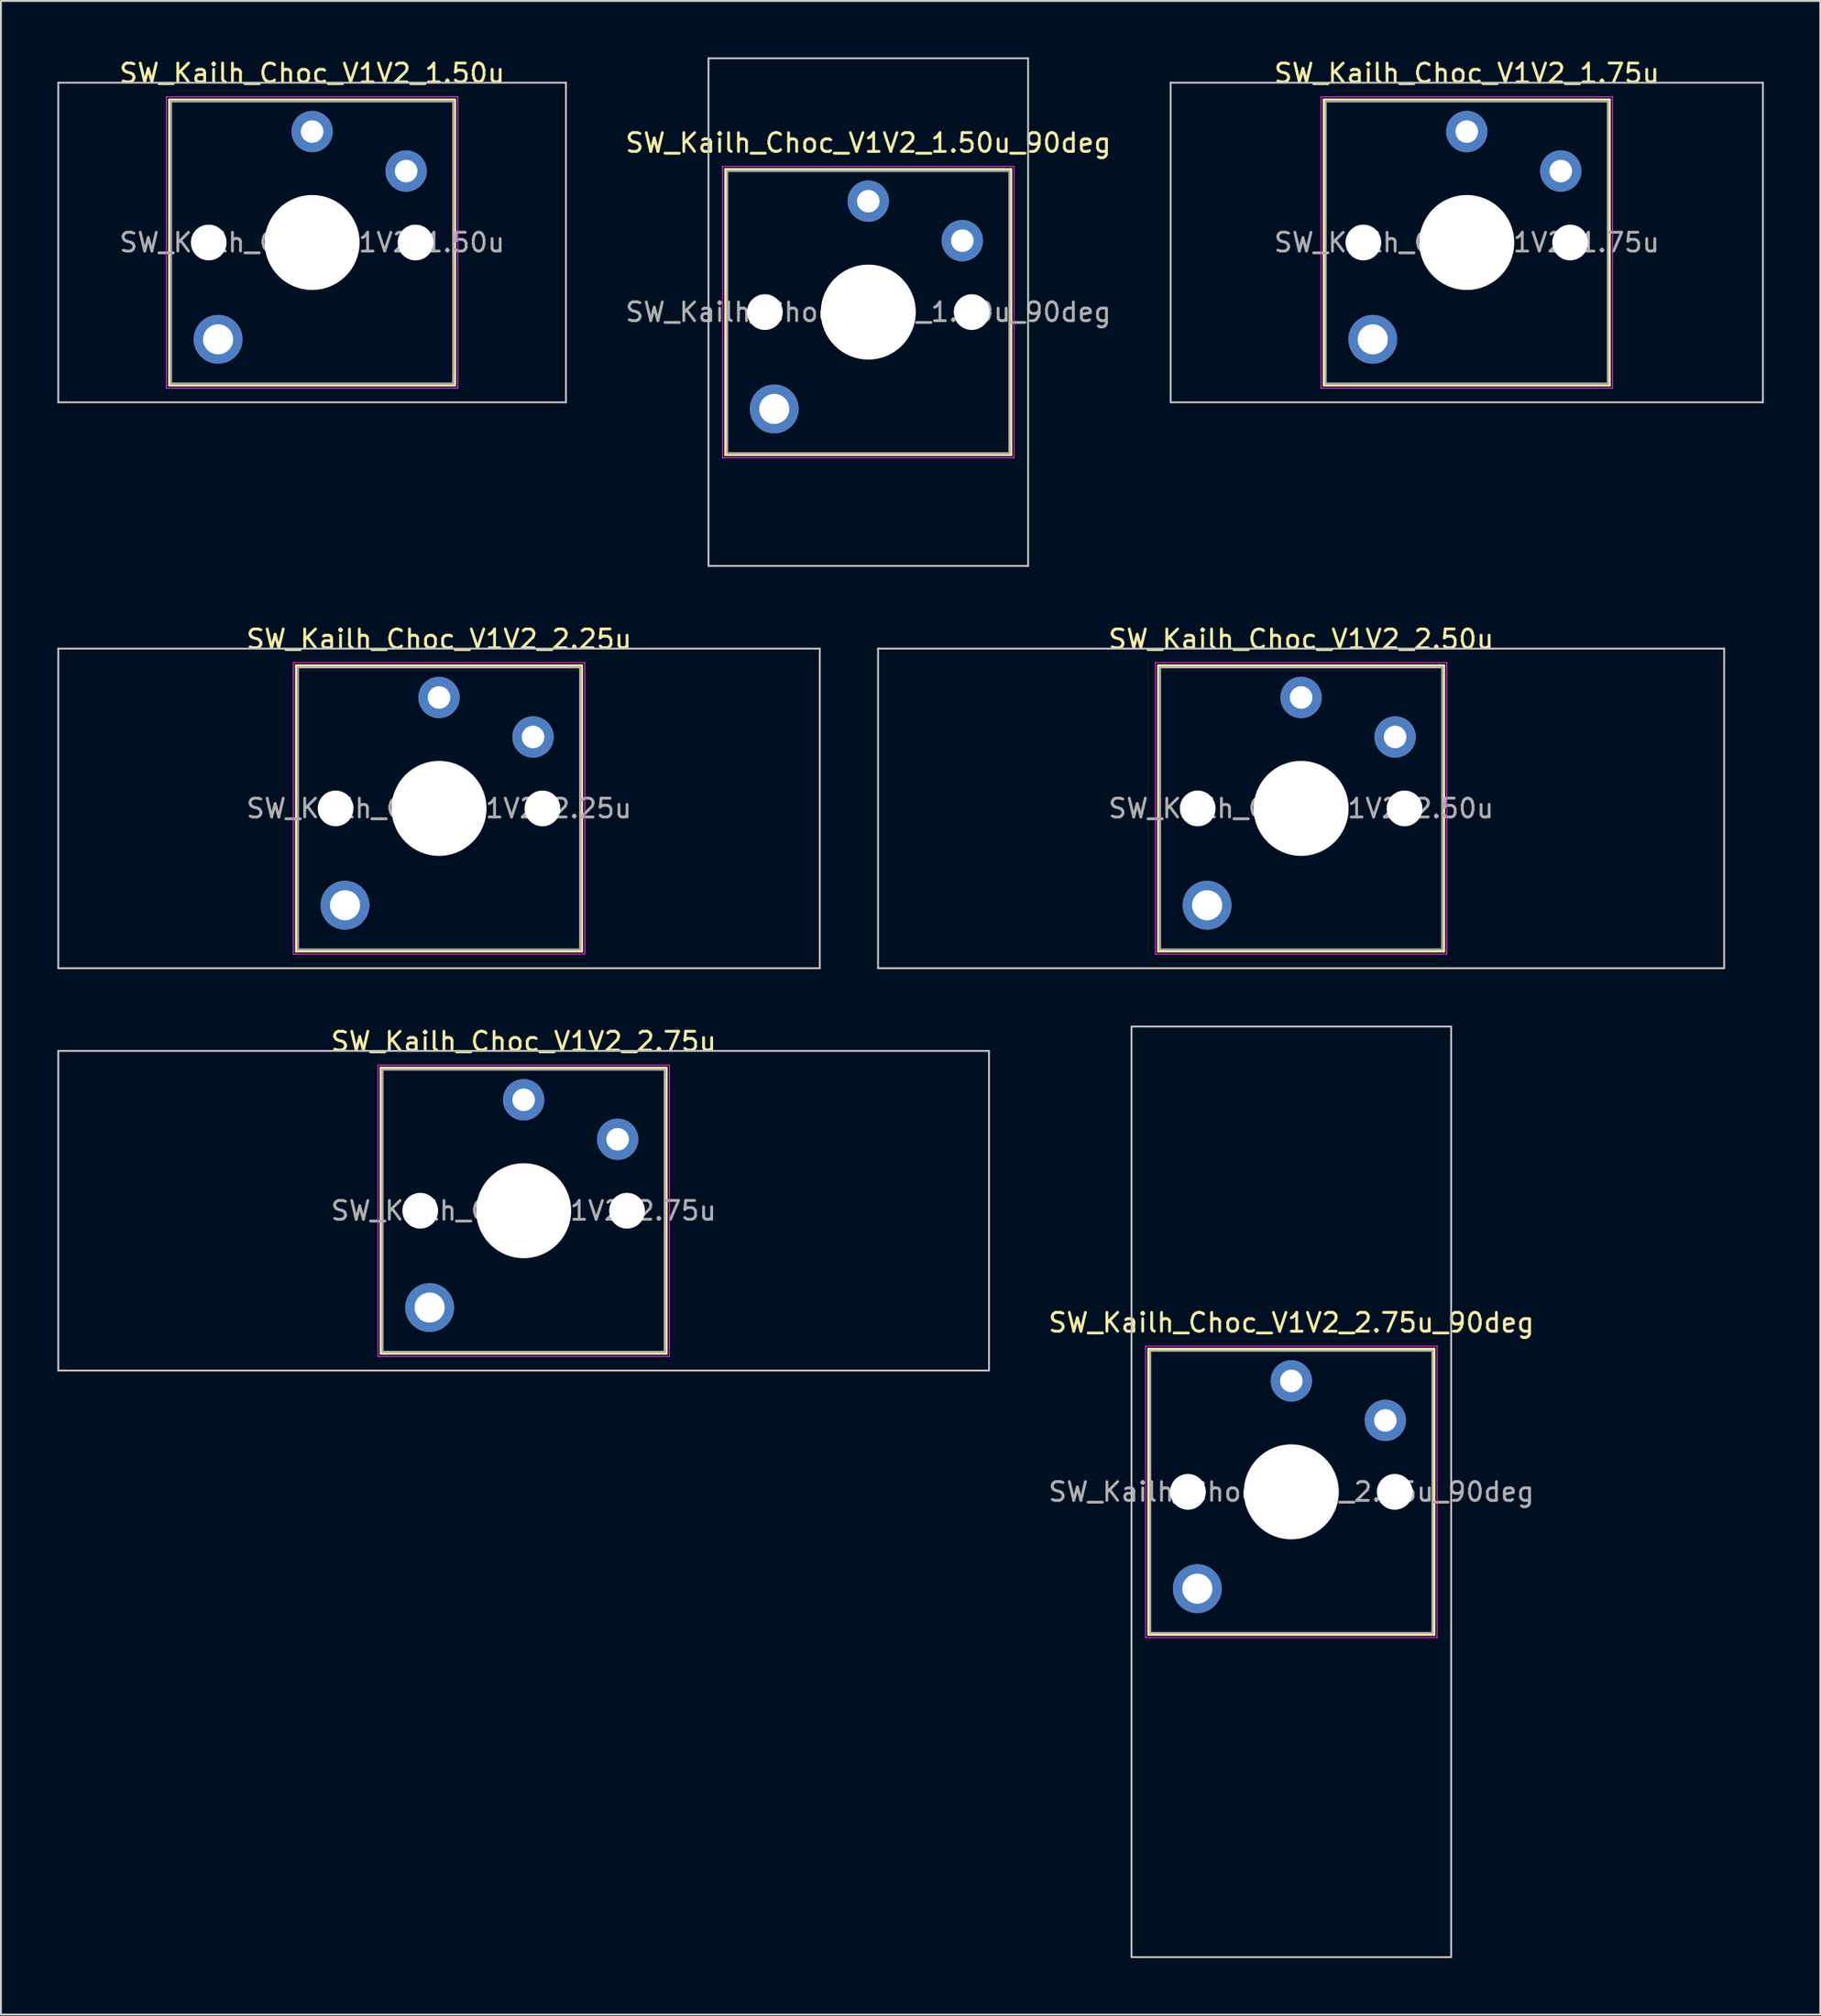
<source format=kicad_pcb>
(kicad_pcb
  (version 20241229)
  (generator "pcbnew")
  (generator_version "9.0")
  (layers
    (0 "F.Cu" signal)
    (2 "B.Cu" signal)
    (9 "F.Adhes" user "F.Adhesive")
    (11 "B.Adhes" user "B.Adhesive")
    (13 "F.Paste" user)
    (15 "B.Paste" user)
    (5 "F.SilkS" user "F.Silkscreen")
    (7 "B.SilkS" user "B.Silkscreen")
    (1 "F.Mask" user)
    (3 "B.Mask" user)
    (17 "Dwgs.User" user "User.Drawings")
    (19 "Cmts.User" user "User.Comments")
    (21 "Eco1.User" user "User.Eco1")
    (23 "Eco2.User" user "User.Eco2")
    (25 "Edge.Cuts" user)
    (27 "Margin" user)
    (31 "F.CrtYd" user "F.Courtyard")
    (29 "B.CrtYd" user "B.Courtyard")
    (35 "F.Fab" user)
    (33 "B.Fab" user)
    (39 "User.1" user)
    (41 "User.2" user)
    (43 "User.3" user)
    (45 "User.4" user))
  (footprint "SW_Kailh_Choc_V1V2_2.75u"
    (layer "F.Cu")
    (at 24.8 61.346)
    (property "Reference" "SW_Kailh_Choc_V1V2_2.75u" (at 0 -9 0) (layer "F.SilkS") (effects (font (size 1 1) (thickness 0.15))))
    (attr through_hole)
    (fp_line (start -7.6 -7.6) (end -7.6 7.6) (stroke (width 0.12) (type solid)) (layer "F.SilkS"))
    (fp_line (start -7.6 7.6) (end 7.6 7.6) (stroke (width 0.12) (type solid)) (layer "F.SilkS"))
    (fp_line (start 7.6 -7.6) (end -7.6 -7.6) (stroke (width 0.12) (type solid)) (layer "F.SilkS"))
    (fp_line (start 7.6 7.6) (end 7.6 -7.6) (stroke (width 0.12) (type solid)) (layer "F.SilkS"))
    (fp_line (start -24.75 -8.5) (end -24.75 8.5) (stroke (width 0.1) (type solid)) (layer "Dwgs.User"))
    (fp_line (start -24.75 8.5) (end 24.75 8.5) (stroke (width 0.1) (type solid)) (layer "Dwgs.User"))
    (fp_line (start 24.75 -8.5) (end -24.75 -8.5) (stroke (width 0.1) (type solid)) (layer "Dwgs.User"))
    (fp_line (start 24.75 8.5) (end 24.75 -8.5) (stroke (width 0.1) (type solid)) (layer "Dwgs.User"))
    (fp_line (start -7.25 -7.25) (end -7.25 7.25) (stroke (width 0.1) (type solid)) (layer "Eco1.User"))
    (fp_line (start -7.25 7.25) (end 7.25 7.25) (stroke (width 0.1) (type solid)) (layer "Eco1.User"))
    (fp_line (start 7.25 -7.25) (end -7.25 -7.25) (stroke (width 0.1) (type solid)) (layer "Eco1.User"))
    (fp_line (start 7.25 7.25) (end 7.25 -7.25) (stroke (width 0.1) (type solid)) (layer "Eco1.User"))
    (fp_line (start -7.75 -7.75) (end -7.75 7.75) (stroke (width 0.05) (type solid)) (layer "F.CrtYd"))
    (fp_line (start -7.75 7.75) (end 7.75 7.75) (stroke (width 0.05) (type solid)) (layer "F.CrtYd"))
    (fp_line (start 7.75 -7.75) (end -7.75 -7.75) (stroke (width 0.05) (type solid)) (layer "F.CrtYd"))
    (fp_line (start 7.75 7.75) (end 7.75 -7.75) (stroke (width 0.05) (type solid)) (layer "F.CrtYd"))
    (fp_line (start -7.5 -7.5) (end -7.5 7.5) (stroke (width 0.1) (type solid)) (layer "F.Fab"))
    (fp_line (start -7.5 7.5) (end 7.5 7.5) (stroke (width 0.1) (type solid)) (layer "F.Fab"))
    (fp_line (start 7.5 -7.5) (end -7.5 -7.5) (stroke (width 0.1) (type solid)) (layer "F.Fab"))
    (fp_line (start 7.5 7.5) (end 7.5 -7.5) (stroke (width 0.1) (type solid)) (layer "F.Fab"))
    (fp_text user "${REFERENCE}" (at 0 0 0) (layer "F.Fab") (effects (font (size 1 1) (thickness 0.15))))
    (pad "" np_thru_hole circle (at -5.5 0) (size 1.9 1.9) (drill 1.9) (layers "*.Cu" "*.Mask"))
    (pad "" smd circle (at -5 5.15) (size 1.65 1.65) (layers "F.Mask"))
    (pad "" thru_hole circle (at -5 5.15) (size 2.6 2.6) (drill 1.6) (layers "*.Cu" "B.Mask"))
    (pad "" smd circle (at 0 -5.9) (size 1.25 1.25) (layers "F.Mask"))
    (pad "" np_thru_hole circle (at 0 0) (size 5.05 5.05) (drill 5.05) (layers "*.Cu" "*.Mask"))
    (pad "" smd circle (at 5 -3.8) (size 1.25 1.25) (layers "F.Mask"))
    (pad "" np_thru_hole circle (at 5.5 0) (size 1.9 1.9) (drill 1.9) (layers "*.Cu" "*.Mask"))
    (pad "1" thru_hole circle (at 0 -5.9) (size 2.2 2.2) (drill 1.2) (layers "*.Cu" "B.Mask"))
    (pad "2" thru_hole circle (at 5 -3.8) (size 2.2 2.2) (drill 1.2) (layers "*.Cu" "B.Mask")))
  (footprint "SW_Kailh_Choc_V1V2_1.75u"
    (layer "F.Cu")
    (at 74.96 9.848)
    (property "Reference" "SW_Kailh_Choc_V1V2_1.75u" (at 0 -9 0) (layer "F.SilkS") (effects (font (size 1 1) (thickness 0.15))))
    (attr through_hole)
    (fp_line (start -7.6 -7.6) (end -7.6 7.6) (stroke (width 0.12) (type solid)) (layer "F.SilkS"))
    (fp_line (start -7.6 7.6) (end 7.6 7.6) (stroke (width 0.12) (type solid)) (layer "F.SilkS"))
    (fp_line (start 7.6 -7.6) (end -7.6 -7.6) (stroke (width 0.12) (type solid)) (layer "F.SilkS"))
    (fp_line (start 7.6 7.6) (end 7.6 -7.6) (stroke (width 0.12) (type solid)) (layer "F.SilkS"))
    (fp_line (start -15.75 -8.5) (end -15.75 8.5) (stroke (width 0.1) (type solid)) (layer "Dwgs.User"))
    (fp_line (start -15.75 8.5) (end 15.75 8.5) (stroke (width 0.1) (type solid)) (layer "Dwgs.User"))
    (fp_line (start 15.75 -8.5) (end -15.75 -8.5) (stroke (width 0.1) (type solid)) (layer "Dwgs.User"))
    (fp_line (start 15.75 8.5) (end 15.75 -8.5) (stroke (width 0.1) (type solid)) (layer "Dwgs.User"))
    (fp_line (start -7.25 -7.25) (end -7.25 7.25) (stroke (width 0.1) (type solid)) (layer "Eco1.User"))
    (fp_line (start -7.25 7.25) (end 7.25 7.25) (stroke (width 0.1) (type solid)) (layer "Eco1.User"))
    (fp_line (start 7.25 -7.25) (end -7.25 -7.25) (stroke (width 0.1) (type solid)) (layer "Eco1.User"))
    (fp_line (start 7.25 7.25) (end 7.25 -7.25) (stroke (width 0.1) (type solid)) (layer "Eco1.User"))
    (fp_line (start -7.75 -7.75) (end -7.75 7.75) (stroke (width 0.05) (type solid)) (layer "F.CrtYd"))
    (fp_line (start -7.75 7.75) (end 7.75 7.75) (stroke (width 0.05) (type solid)) (layer "F.CrtYd"))
    (fp_line (start 7.75 -7.75) (end -7.75 -7.75) (stroke (width 0.05) (type solid)) (layer "F.CrtYd"))
    (fp_line (start 7.75 7.75) (end 7.75 -7.75) (stroke (width 0.05) (type solid)) (layer "F.CrtYd"))
    (fp_line (start -7.5 -7.5) (end -7.5 7.5) (stroke (width 0.1) (type solid)) (layer "F.Fab"))
    (fp_line (start -7.5 7.5) (end 7.5 7.5) (stroke (width 0.1) (type solid)) (layer "F.Fab"))
    (fp_line (start 7.5 -7.5) (end -7.5 -7.5) (stroke (width 0.1) (type solid)) (layer "F.Fab"))
    (fp_line (start 7.5 7.5) (end 7.5 -7.5) (stroke (width 0.1) (type solid)) (layer "F.Fab"))
    (fp_text user "${REFERENCE}" (at 0 0 0) (layer "F.Fab") (effects (font (size 1 1) (thickness 0.15))))
    (pad "" np_thru_hole circle (at -5.5 0) (size 1.9 1.9) (drill 1.9) (layers "*.Cu" "*.Mask"))
    (pad "" smd circle (at -5 5.15) (size 1.65 1.65) (layers "F.Mask"))
    (pad "" thru_hole circle (at -5 5.15) (size 2.6 2.6) (drill 1.6) (layers "*.Cu" "B.Mask"))
    (pad "" smd circle (at 0 -5.9) (size 1.25 1.25) (layers "F.Mask"))
    (pad "" np_thru_hole circle (at 0 0) (size 5.05 5.05) (drill 5.05) (layers "*.Cu" "*.Mask"))
    (pad "" smd circle (at 5 -3.8) (size 1.25 1.25) (layers "F.Mask"))
    (pad "" np_thru_hole circle (at 5.5 0) (size 1.9 1.9) (drill 1.9) (layers "*.Cu" "*.Mask"))
    (pad "1" thru_hole circle (at 0 -5.9) (size 2.2 2.2) (drill 1.2) (layers "*.Cu" "B.Mask"))
    (pad "2" thru_hole circle (at 5 -3.8) (size 2.2 2.2) (drill 1.2) (layers "*.Cu" "B.Mask")))
  (footprint "SW_Kailh_Choc_V1V2_2.75u_90deg"
    (layer "F.Cu")
    (at 65.63 76.298)
    (property "Reference" "SW_Kailh_Choc_V1V2_2.75u_90deg" (at 0 -9 0) (layer "F.SilkS") (effects (font (size 1 1) (thickness 0.15))))
    (attr through_hole)
    (fp_line (start -7.6 -7.6) (end -7.6 7.6) (stroke (width 0.12) (type solid)) (layer "F.SilkS"))
    (fp_line (start -7.6 7.6) (end 7.6 7.6) (stroke (width 0.12) (type solid)) (layer "F.SilkS"))
    (fp_line (start 7.6 -7.6) (end -7.6 -7.6) (stroke (width 0.12) (type solid)) (layer "F.SilkS"))
    (fp_line (start 7.6 7.6) (end 7.6 -7.6) (stroke (width 0.12) (type solid)) (layer "F.SilkS"))
    (fp_line (start -8.5 -24.75) (end 8.5 -24.75) (stroke (width 0.1) (type solid)) (layer "Dwgs.User"))
    (fp_line (start -8.5 24.75) (end -8.5 -24.75) (stroke (width 0.1) (type solid)) (layer "Dwgs.User"))
    (fp_line (start 8.5 -24.75) (end 8.5 24.75) (stroke (width 0.1) (type solid)) (layer "Dwgs.User"))
    (fp_line (start 8.5 24.75) (end -8.5 24.75) (stroke (width 0.1) (type solid)) (layer "Dwgs.User"))
    (fp_line (start -7.25 -7.25) (end -7.25 7.25) (stroke (width 0.1) (type solid)) (layer "Eco1.User"))
    (fp_line (start -7.25 7.25) (end 7.25 7.25) (stroke (width 0.1) (type solid)) (layer "Eco1.User"))
    (fp_line (start 7.25 -7.25) (end -7.25 -7.25) (stroke (width 0.1) (type solid)) (layer "Eco1.User"))
    (fp_line (start 7.25 7.25) (end 7.25 -7.25) (stroke (width 0.1) (type solid)) (layer "Eco1.User"))
    (fp_line (start -7.75 -7.75) (end -7.75 7.75) (stroke (width 0.05) (type solid)) (layer "F.CrtYd"))
    (fp_line (start -7.75 7.75) (end 7.75 7.75) (stroke (width 0.05) (type solid)) (layer "F.CrtYd"))
    (fp_line (start 7.75 -7.75) (end -7.75 -7.75) (stroke (width 0.05) (type solid)) (layer "F.CrtYd"))
    (fp_line (start 7.75 7.75) (end 7.75 -7.75) (stroke (width 0.05) (type solid)) (layer "F.CrtYd"))
    (fp_line (start -7.5 -7.5) (end -7.5 7.5) (stroke (width 0.1) (type solid)) (layer "F.Fab"))
    (fp_line (start -7.5 7.5) (end 7.5 7.5) (stroke (width 0.1) (type solid)) (layer "F.Fab"))
    (fp_line (start 7.5 -7.5) (end -7.5 -7.5) (stroke (width 0.1) (type solid)) (layer "F.Fab"))
    (fp_line (start 7.5 7.5) (end 7.5 -7.5) (stroke (width 0.1) (type solid)) (layer "F.Fab"))
    (fp_text user "${REFERENCE}" (at 0 0 0) (layer "F.Fab") (effects (font (size 1 1) (thickness 0.15))))
    (pad "" np_thru_hole circle (at -5.5 0) (size 1.9 1.9) (drill 1.9) (layers "*.Cu" "*.Mask"))
    (pad "" smd circle (at -5 5.15) (size 1.65 1.65) (layers "F.Mask"))
    (pad "" thru_hole circle (at -5 5.15) (size 2.6 2.6) (drill 1.6) (layers "*.Cu" "B.Mask"))
    (pad "" smd circle (at 0 -5.9) (size 1.25 1.25) (layers "F.Mask"))
    (pad "" np_thru_hole circle (at 0 0) (size 5.05 5.05) (drill 5.05) (layers "*.Cu" "*.Mask"))
    (pad "" smd circle (at 5 -3.8) (size 1.25 1.25) (layers "F.Mask"))
    (pad "" np_thru_hole circle (at 5.5 0) (size 1.9 1.9) (drill 1.9) (layers "*.Cu" "*.Mask"))
    (pad "1" thru_hole circle (at 0 -5.9) (size 2.2 2.2) (drill 1.2) (layers "*.Cu" "B.Mask"))
    (pad "2" thru_hole circle (at 5 -3.8) (size 2.2 2.2) (drill 1.2) (layers "*.Cu" "B.Mask")))
  (footprint "SW_Kailh_Choc_V1V2_1.50u_90deg"
    (layer "F.Cu")
    (at 43.13 13.55)
    (property "Reference" "SW_Kailh_Choc_V1V2_1.50u_90deg" (at 0 -9 0) (layer "F.SilkS") (effects (font (size 1 1) (thickness 0.15))))
    (attr through_hole)
    (fp_line (start -7.6 -7.6) (end -7.6 7.6) (stroke (width 0.12) (type solid)) (layer "F.SilkS"))
    (fp_line (start -7.6 7.6) (end 7.6 7.6) (stroke (width 0.12) (type solid)) (layer "F.SilkS"))
    (fp_line (start 7.6 -7.6) (end -7.6 -7.6) (stroke (width 0.12) (type solid)) (layer "F.SilkS"))
    (fp_line (start 7.6 7.6) (end 7.6 -7.6) (stroke (width 0.12) (type solid)) (layer "F.SilkS"))
    (fp_line (start -8.5 -13.5) (end 8.5 -13.5) (stroke (width 0.1) (type solid)) (layer "Dwgs.User"))
    (fp_line (start -8.5 13.5) (end -8.5 -13.5) (stroke (width 0.1) (type solid)) (layer "Dwgs.User"))
    (fp_line (start 8.5 -13.5) (end 8.5 13.5) (stroke (width 0.1) (type solid)) (layer "Dwgs.User"))
    (fp_line (start 8.5 13.5) (end -8.5 13.5) (stroke (width 0.1) (type solid)) (layer "Dwgs.User"))
    (fp_line (start -7.25 -7.25) (end -7.25 7.25) (stroke (width 0.1) (type solid)) (layer "Eco1.User"))
    (fp_line (start -7.25 7.25) (end 7.25 7.25) (stroke (width 0.1) (type solid)) (layer "Eco1.User"))
    (fp_line (start 7.25 -7.25) (end -7.25 -7.25) (stroke (width 0.1) (type solid)) (layer "Eco1.User"))
    (fp_line (start 7.25 7.25) (end 7.25 -7.25) (stroke (width 0.1) (type solid)) (layer "Eco1.User"))
    (fp_line (start -7.75 -7.75) (end -7.75 7.75) (stroke (width 0.05) (type solid)) (layer "F.CrtYd"))
    (fp_line (start -7.75 7.75) (end 7.75 7.75) (stroke (width 0.05) (type solid)) (layer "F.CrtYd"))
    (fp_line (start 7.75 -7.75) (end -7.75 -7.75) (stroke (width 0.05) (type solid)) (layer "F.CrtYd"))
    (fp_line (start 7.75 7.75) (end 7.75 -7.75) (stroke (width 0.05) (type solid)) (layer "F.CrtYd"))
    (fp_line (start -7.5 -7.5) (end -7.5 7.5) (stroke (width 0.1) (type solid)) (layer "F.Fab"))
    (fp_line (start -7.5 7.5) (end 7.5 7.5) (stroke (width 0.1) (type solid)) (layer "F.Fab"))
    (fp_line (start 7.5 -7.5) (end -7.5 -7.5) (stroke (width 0.1) (type solid)) (layer "F.Fab"))
    (fp_line (start 7.5 7.5) (end 7.5 -7.5) (stroke (width 0.1) (type solid)) (layer "F.Fab"))
    (fp_text user "${REFERENCE}" (at 0 0 0) (layer "F.Fab") (effects (font (size 1 1) (thickness 0.15))))
    (pad "" np_thru_hole circle (at -5.5 0) (size 1.9 1.9) (drill 1.9) (layers "*.Cu" "*.Mask"))
    (pad "" smd circle (at -5 5.15) (size 1.65 1.65) (layers "F.Mask"))
    (pad "" thru_hole circle (at -5 5.15) (size 2.6 2.6) (drill 1.6) (layers "*.Cu" "B.Mask"))
    (pad "" smd circle (at 0 -5.9) (size 1.25 1.25) (layers "F.Mask"))
    (pad "" np_thru_hole circle (at 0 0) (size 5.05 5.05) (drill 5.05) (layers "*.Cu" "*.Mask"))
    (pad "" smd circle (at 5 -3.8) (size 1.25 1.25) (layers "F.Mask"))
    (pad "" np_thru_hole circle (at 5.5 0) (size 1.9 1.9) (drill 1.9) (layers "*.Cu" "*.Mask"))
    (pad "1" thru_hole circle (at 0 -5.9) (size 2.2 2.2) (drill 1.2) (layers "*.Cu" "B.Mask"))
    (pad "2" thru_hole circle (at 5 -3.8) (size 2.2 2.2) (drill 1.2) (layers "*.Cu" "B.Mask")))
  (footprint "SW_Kailh_Choc_V1V2_2.50u"
    (layer "F.Cu")
    (at 66.15 39.948)
    (property "Reference" "SW_Kailh_Choc_V1V2_2.50u" (at 0 -9 0) (layer "F.SilkS") (effects (font (size 1 1) (thickness 0.15))))
    (attr through_hole)
    (fp_line (start -7.6 -7.6) (end -7.6 7.6) (stroke (width 0.12) (type solid)) (layer "F.SilkS"))
    (fp_line (start -7.6 7.6) (end 7.6 7.6) (stroke (width 0.12) (type solid)) (layer "F.SilkS"))
    (fp_line (start 7.6 -7.6) (end -7.6 -7.6) (stroke (width 0.12) (type solid)) (layer "F.SilkS"))
    (fp_line (start 7.6 7.6) (end 7.6 -7.6) (stroke (width 0.12) (type solid)) (layer "F.SilkS"))
    (fp_line (start -22.5 -8.5) (end -22.5 8.5) (stroke (width 0.1) (type solid)) (layer "Dwgs.User"))
    (fp_line (start -22.5 8.5) (end 22.5 8.5) (stroke (width 0.1) (type solid)) (layer "Dwgs.User"))
    (fp_line (start 22.5 -8.5) (end -22.5 -8.5) (stroke (width 0.1) (type solid)) (layer "Dwgs.User"))
    (fp_line (start 22.5 8.5) (end 22.5 -8.5) (stroke (width 0.1) (type solid)) (layer "Dwgs.User"))
    (fp_line (start -7.25 -7.25) (end -7.25 7.25) (stroke (width 0.1) (type solid)) (layer "Eco1.User"))
    (fp_line (start -7.25 7.25) (end 7.25 7.25) (stroke (width 0.1) (type solid)) (layer "Eco1.User"))
    (fp_line (start 7.25 -7.25) (end -7.25 -7.25) (stroke (width 0.1) (type solid)) (layer "Eco1.User"))
    (fp_line (start 7.25 7.25) (end 7.25 -7.25) (stroke (width 0.1) (type solid)) (layer "Eco1.User"))
    (fp_line (start -7.75 -7.75) (end -7.75 7.75) (stroke (width 0.05) (type solid)) (layer "F.CrtYd"))
    (fp_line (start -7.75 7.75) (end 7.75 7.75) (stroke (width 0.05) (type solid)) (layer "F.CrtYd"))
    (fp_line (start 7.75 -7.75) (end -7.75 -7.75) (stroke (width 0.05) (type solid)) (layer "F.CrtYd"))
    (fp_line (start 7.75 7.75) (end 7.75 -7.75) (stroke (width 0.05) (type solid)) (layer "F.CrtYd"))
    (fp_line (start -7.5 -7.5) (end -7.5 7.5) (stroke (width 0.1) (type solid)) (layer "F.Fab"))
    (fp_line (start -7.5 7.5) (end 7.5 7.5) (stroke (width 0.1) (type solid)) (layer "F.Fab"))
    (fp_line (start 7.5 -7.5) (end -7.5 -7.5) (stroke (width 0.1) (type solid)) (layer "F.Fab"))
    (fp_line (start 7.5 7.5) (end 7.5 -7.5) (stroke (width 0.1) (type solid)) (layer "F.Fab"))
    (fp_text user "${REFERENCE}" (at 0 0 0) (layer "F.Fab") (effects (font (size 1 1) (thickness 0.15))))
    (pad "" np_thru_hole circle (at -5.5 0) (size 1.9 1.9) (drill 1.9) (layers "*.Cu" "*.Mask"))
    (pad "" smd circle (at -5 5.15) (size 1.65 1.65) (layers "F.Mask"))
    (pad "" thru_hole circle (at -5 5.15) (size 2.6 2.6) (drill 1.6) (layers "*.Cu" "B.Mask"))
    (pad "" smd circle (at 0 -5.9) (size 1.25 1.25) (layers "F.Mask"))
    (pad "" np_thru_hole circle (at 0 0) (size 5.05 5.05) (drill 5.05) (layers "*.Cu" "*.Mask"))
    (pad "" smd circle (at 5 -3.8) (size 1.25 1.25) (layers "F.Mask"))
    (pad "" np_thru_hole circle (at 5.5 0) (size 1.9 1.9) (drill 1.9) (layers "*.Cu" "*.Mask"))
    (pad "1" thru_hole circle (at 0 -5.9) (size 2.2 2.2) (drill 1.2) (layers "*.Cu" "B.Mask"))
    (pad "2" thru_hole circle (at 5 -3.8) (size 2.2 2.2) (drill 1.2) (layers "*.Cu" "B.Mask")))
  (footprint "SW_Kailh_Choc_V1V2_2.25u"
    (layer "F.Cu")
    (at 20.3 39.948)
    (property "Reference" "SW_Kailh_Choc_V1V2_2.25u" (at 0 -9 0) (layer "F.SilkS") (effects (font (size 1 1) (thickness 0.15))))
    (attr through_hole)
    (fp_line (start -7.6 -7.6) (end -7.6 7.6) (stroke (width 0.12) (type solid)) (layer "F.SilkS"))
    (fp_line (start -7.6 7.6) (end 7.6 7.6) (stroke (width 0.12) (type solid)) (layer "F.SilkS"))
    (fp_line (start 7.6 -7.6) (end -7.6 -7.6) (stroke (width 0.12) (type solid)) (layer "F.SilkS"))
    (fp_line (start 7.6 7.6) (end 7.6 -7.6) (stroke (width 0.12) (type solid)) (layer "F.SilkS"))
    (fp_line (start -20.25 -8.5) (end -20.25 8.5) (stroke (width 0.1) (type solid)) (layer "Dwgs.User"))
    (fp_line (start -20.25 8.5) (end 20.25 8.5) (stroke (width 0.1) (type solid)) (layer "Dwgs.User"))
    (fp_line (start 20.25 -8.5) (end -20.25 -8.5) (stroke (width 0.1) (type solid)) (layer "Dwgs.User"))
    (fp_line (start 20.25 8.5) (end 20.25 -8.5) (stroke (width 0.1) (type solid)) (layer "Dwgs.User"))
    (fp_line (start -7.25 -7.25) (end -7.25 7.25) (stroke (width 0.1) (type solid)) (layer "Eco1.User"))
    (fp_line (start -7.25 7.25) (end 7.25 7.25) (stroke (width 0.1) (type solid)) (layer "Eco1.User"))
    (fp_line (start 7.25 -7.25) (end -7.25 -7.25) (stroke (width 0.1) (type solid)) (layer "Eco1.User"))
    (fp_line (start 7.25 7.25) (end 7.25 -7.25) (stroke (width 0.1) (type solid)) (layer "Eco1.User"))
    (fp_line (start -7.75 -7.75) (end -7.75 7.75) (stroke (width 0.05) (type solid)) (layer "F.CrtYd"))
    (fp_line (start -7.75 7.75) (end 7.75 7.75) (stroke (width 0.05) (type solid)) (layer "F.CrtYd"))
    (fp_line (start 7.75 -7.75) (end -7.75 -7.75) (stroke (width 0.05) (type solid)) (layer "F.CrtYd"))
    (fp_line (start 7.75 7.75) (end 7.75 -7.75) (stroke (width 0.05) (type solid)) (layer "F.CrtYd"))
    (fp_line (start -7.5 -7.5) (end -7.5 7.5) (stroke (width 0.1) (type solid)) (layer "F.Fab"))
    (fp_line (start -7.5 7.5) (end 7.5 7.5) (stroke (width 0.1) (type solid)) (layer "F.Fab"))
    (fp_line (start 7.5 -7.5) (end -7.5 -7.5) (stroke (width 0.1) (type solid)) (layer "F.Fab"))
    (fp_line (start 7.5 7.5) (end 7.5 -7.5) (stroke (width 0.1) (type solid)) (layer "F.Fab"))
    (fp_text user "${REFERENCE}" (at 0 0 0) (layer "F.Fab") (effects (font (size 1 1) (thickness 0.15))))
    (pad "" np_thru_hole circle (at -5.5 0) (size 1.9 1.9) (drill 1.9) (layers "*.Cu" "*.Mask"))
    (pad "" smd circle (at -5 5.15) (size 1.65 1.65) (layers "F.Mask"))
    (pad "" thru_hole circle (at -5 5.15) (size 2.6 2.6) (drill 1.6) (layers "*.Cu" "B.Mask"))
    (pad "" smd circle (at 0 -5.9) (size 1.25 1.25) (layers "F.Mask"))
    (pad "" np_thru_hole circle (at 0 0) (size 5.05 5.05) (drill 5.05) (layers "*.Cu" "*.Mask"))
    (pad "" smd circle (at 5 -3.8) (size 1.25 1.25) (layers "F.Mask"))
    (pad "" np_thru_hole circle (at 5.5 0) (size 1.9 1.9) (drill 1.9) (layers "*.Cu" "*.Mask"))
    (pad "1" thru_hole circle (at 0 -5.9) (size 2.2 2.2) (drill 1.2) (layers "*.Cu" "B.Mask"))
    (pad "2" thru_hole circle (at 5 -3.8) (size 2.2 2.2) (drill 1.2) (layers "*.Cu" "B.Mask")))
  (footprint "SW_Kailh_Choc_V1V2_1.50u"
    (layer "F.Cu")
    (at 13.55 9.848)
    (property "Reference" "SW_Kailh_Choc_V1V2_1.50u" (at 0 -9 0) (layer "F.SilkS") (effects (font (size 1 1) (thickness 0.15))))
    (attr through_hole)
    (fp_line (start -7.6 -7.6) (end -7.6 7.6) (stroke (width 0.12) (type solid)) (layer "F.SilkS"))
    (fp_line (start -7.6 7.6) (end 7.6 7.6) (stroke (width 0.12) (type solid)) (layer "F.SilkS"))
    (fp_line (start 7.6 -7.6) (end -7.6 -7.6) (stroke (width 0.12) (type solid)) (layer "F.SilkS"))
    (fp_line (start 7.6 7.6) (end 7.6 -7.6) (stroke (width 0.12) (type solid)) (layer "F.SilkS"))
    (fp_line (start -13.5 -8.5) (end -13.5 8.5) (stroke (width 0.1) (type solid)) (layer "Dwgs.User"))
    (fp_line (start -13.5 8.5) (end 13.5 8.5) (stroke (width 0.1) (type solid)) (layer "Dwgs.User"))
    (fp_line (start 13.5 -8.5) (end -13.5 -8.5) (stroke (width 0.1) (type solid)) (layer "Dwgs.User"))
    (fp_line (start 13.5 8.5) (end 13.5 -8.5) (stroke (width 0.1) (type solid)) (layer "Dwgs.User"))
    (fp_line (start -7.25 -7.25) (end -7.25 7.25) (stroke (width 0.1) (type solid)) (layer "Eco1.User"))
    (fp_line (start -7.25 7.25) (end 7.25 7.25) (stroke (width 0.1) (type solid)) (layer "Eco1.User"))
    (fp_line (start 7.25 -7.25) (end -7.25 -7.25) (stroke (width 0.1) (type solid)) (layer "Eco1.User"))
    (fp_line (start 7.25 7.25) (end 7.25 -7.25) (stroke (width 0.1) (type solid)) (layer "Eco1.User"))
    (fp_line (start -7.75 -7.75) (end -7.75 7.75) (stroke (width 0.05) (type solid)) (layer "F.CrtYd"))
    (fp_line (start -7.75 7.75) (end 7.75 7.75) (stroke (width 0.05) (type solid)) (layer "F.CrtYd"))
    (fp_line (start 7.75 -7.75) (end -7.75 -7.75) (stroke (width 0.05) (type solid)) (layer "F.CrtYd"))
    (fp_line (start 7.75 7.75) (end 7.75 -7.75) (stroke (width 0.05) (type solid)) (layer "F.CrtYd"))
    (fp_line (start -7.5 -7.5) (end -7.5 7.5) (stroke (width 0.1) (type solid)) (layer "F.Fab"))
    (fp_line (start -7.5 7.5) (end 7.5 7.5) (stroke (width 0.1) (type solid)) (layer "F.Fab"))
    (fp_line (start 7.5 -7.5) (end -7.5 -7.5) (stroke (width 0.1) (type solid)) (layer "F.Fab"))
    (fp_line (start 7.5 7.5) (end 7.5 -7.5) (stroke (width 0.1) (type solid)) (layer "F.Fab"))
    (fp_text user "${REFERENCE}" (at 0 0 0) (layer "F.Fab") (effects (font (size 1 1) (thickness 0.15))))
    (pad "" np_thru_hole circle (at -5.5 0) (size 1.9 1.9) (drill 1.9) (layers "*.Cu" "*.Mask"))
    (pad "" smd circle (at -5 5.15) (size 1.65 1.65) (layers "F.Mask"))
    (pad "" thru_hole circle (at -5 5.15) (size 2.6 2.6) (drill 1.6) (layers "*.Cu" "B.Mask"))
    (pad "" smd circle (at 0 -5.9) (size 1.25 1.25) (layers "F.Mask"))
    (pad "" np_thru_hole circle (at 0 0) (size 5.05 5.05) (drill 5.05) (layers "*.Cu" "*.Mask"))
    (pad "" smd circle (at 5 -3.8) (size 1.25 1.25) (layers "F.Mask"))
    (pad "" np_thru_hole circle (at 5.5 0) (size 1.9 1.9) (drill 1.9) (layers "*.Cu" "*.Mask"))
    (pad "1" thru_hole circle (at 0 -5.9) (size 2.2 2.2) (drill 1.2) (layers "*.Cu" "B.Mask"))
    (pad "2" thru_hole circle (at 5 -3.8) (size 2.2 2.2) (drill 1.2) (layers "*.Cu" "B.Mask")))
  (gr_rect
    (start -3 -3)
    (end 93.76 104.098)
    (stroke (width 0.1) (type default))
    (fill no)
    (layer "Edge.Cuts")))
</source>
